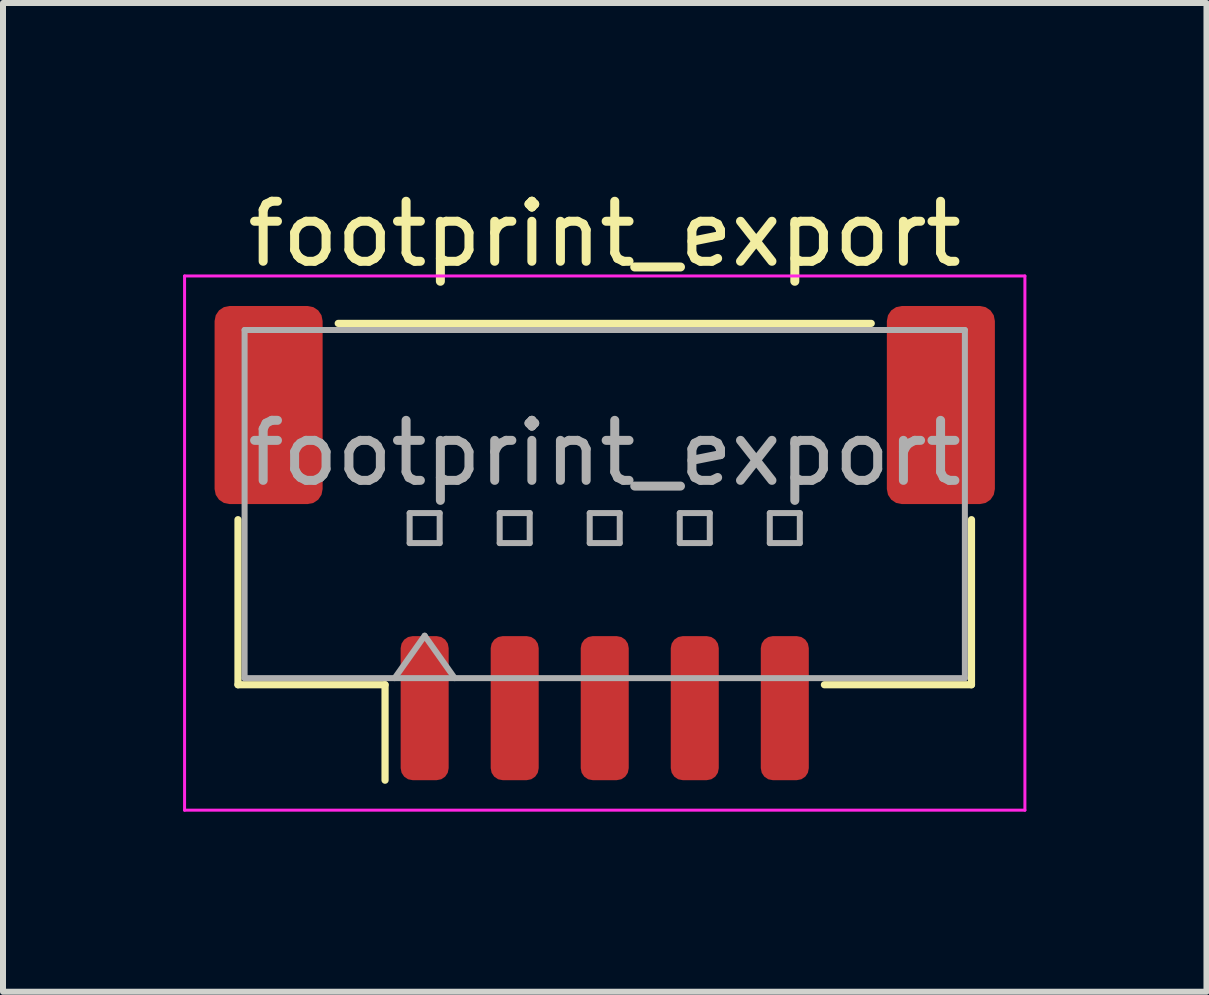
<source format=kicad_pcb>
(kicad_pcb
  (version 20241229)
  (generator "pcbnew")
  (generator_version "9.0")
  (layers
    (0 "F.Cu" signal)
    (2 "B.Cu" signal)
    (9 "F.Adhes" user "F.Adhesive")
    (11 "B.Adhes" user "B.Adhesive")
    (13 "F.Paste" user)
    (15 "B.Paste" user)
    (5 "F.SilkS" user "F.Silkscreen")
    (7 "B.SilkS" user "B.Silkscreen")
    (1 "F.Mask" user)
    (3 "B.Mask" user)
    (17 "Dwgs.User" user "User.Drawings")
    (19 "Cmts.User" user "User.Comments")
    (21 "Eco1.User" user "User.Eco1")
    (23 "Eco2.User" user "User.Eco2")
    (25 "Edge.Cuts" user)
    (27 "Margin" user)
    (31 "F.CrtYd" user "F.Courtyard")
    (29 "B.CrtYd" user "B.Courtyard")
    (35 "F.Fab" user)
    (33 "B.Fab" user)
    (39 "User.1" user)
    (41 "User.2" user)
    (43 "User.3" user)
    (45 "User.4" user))
  (footprint "footprint_export"
    (layer "F.Cu")
    (at 7.025 5.998)
    (property "Reference" "footprint_export" (at 0 -5.15 0) (layer "F.SilkS") (effects (font (size 1 1) (thickness 0.15))))
    (attr smd)
    (fp_line (start -6.11 -0.39) (end -6.11 2.36) (stroke (width 0.12) (type solid)) (layer "F.SilkS"))
    (fp_line (start -6.11 2.36) (end -3.66 2.36) (stroke (width 0.12) (type solid)) (layer "F.SilkS"))
    (fp_line (start -4.44 -3.66) (end 4.44 -3.66) (stroke (width 0.12) (type solid)) (layer "F.SilkS"))
    (fp_line (start -3.66 2.36) (end -3.66 3.95) (stroke (width 0.12) (type solid)) (layer "F.SilkS"))
    (fp_line (start 6.11 -0.39) (end 6.11 2.36) (stroke (width 0.12) (type solid)) (layer "F.SilkS"))
    (fp_line (start 6.11 2.36) (end 3.66 2.36) (stroke (width 0.12) (type solid)) (layer "F.SilkS"))
    (fp_line (start -7 -4.45) (end -7 4.45) (stroke (width 0.05) (type solid)) (layer "F.CrtYd"))
    (fp_line (start -7 4.45) (end 7 4.45) (stroke (width 0.05) (type solid)) (layer "F.CrtYd"))
    (fp_line (start 7 -4.45) (end -7 -4.45) (stroke (width 0.05) (type solid)) (layer "F.CrtYd"))
    (fp_line (start 7 4.45) (end 7 -4.45) (stroke (width 0.05) (type solid)) (layer "F.CrtYd"))
    (fp_line (start -6 -3.55) (end 6 -3.55) (stroke (width 0.1) (type solid)) (layer "F.Fab"))
    (fp_line (start -6 2.25) (end -6 -3.55) (stroke (width 0.1) (type solid)) (layer "F.Fab"))
    (fp_line (start -6 2.25) (end 6 2.25) (stroke (width 0.1) (type solid)) (layer "F.Fab"))
    (fp_line (start -3.5 2.25) (end -3 1.543) (stroke (width 0.1) (type solid)) (layer "F.Fab"))
    (fp_line (start -3.25 -0.5) (end -3.25 0) (stroke (width 0.1) (type solid)) (layer "F.Fab"))
    (fp_line (start -3.25 0) (end -2.75 0) (stroke (width 0.1) (type solid)) (layer "F.Fab"))
    (fp_line (start -3 1.543) (end -2.5 2.25) (stroke (width 0.1) (type solid)) (layer "F.Fab"))
    (fp_line (start -2.75 -0.5) (end -3.25 -0.5) (stroke (width 0.1) (type solid)) (layer "F.Fab"))
    (fp_line (start -2.75 0) (end -2.75 -0.5) (stroke (width 0.1) (type solid)) (layer "F.Fab"))
    (fp_line (start -1.75 -0.5) (end -1.75 0) (stroke (width 0.1) (type solid)) (layer "F.Fab"))
    (fp_line (start -1.75 0) (end -1.25 0) (stroke (width 0.1) (type solid)) (layer "F.Fab"))
    (fp_line (start -1.25 -0.5) (end -1.75 -0.5) (stroke (width 0.1) (type solid)) (layer "F.Fab"))
    (fp_line (start -1.25 0) (end -1.25 -0.5) (stroke (width 0.1) (type solid)) (layer "F.Fab"))
    (fp_line (start -0.25 -0.5) (end -0.25 0) (stroke (width 0.1) (type solid)) (layer "F.Fab"))
    (fp_line (start -0.25 0) (end 0.25 0) (stroke (width 0.1) (type solid)) (layer "F.Fab"))
    (fp_line (start 0.25 -0.5) (end -0.25 -0.5) (stroke (width 0.1) (type solid)) (layer "F.Fab"))
    (fp_line (start 0.25 0) (end 0.25 -0.5) (stroke (width 0.1) (type solid)) (layer "F.Fab"))
    (fp_line (start 1.25 -0.5) (end 1.25 0) (stroke (width 0.1) (type solid)) (layer "F.Fab"))
    (fp_line (start 1.25 0) (end 1.75 0) (stroke (width 0.1) (type solid)) (layer "F.Fab"))
    (fp_line (start 1.75 -0.5) (end 1.25 -0.5) (stroke (width 0.1) (type solid)) (layer "F.Fab"))
    (fp_line (start 1.75 0) (end 1.75 -0.5) (stroke (width 0.1) (type solid)) (layer "F.Fab"))
    (fp_line (start 2.75 -0.5) (end 2.75 0) (stroke (width 0.1) (type solid)) (layer "F.Fab"))
    (fp_line (start 2.75 0) (end 3.25 0) (stroke (width 0.1) (type solid)) (layer "F.Fab"))
    (fp_line (start 3.25 -0.5) (end 2.75 -0.5) (stroke (width 0.1) (type solid)) (layer "F.Fab"))
    (fp_line (start 3.25 0) (end 3.25 -0.5) (stroke (width 0.1) (type solid)) (layer "F.Fab"))
    (fp_line (start 6 2.25) (end 6 -3.55) (stroke (width 0.1) (type solid)) (layer "F.Fab"))
    (fp_text user "${REFERENCE}" (at 0 -1.5 0) (layer "F.Fab") (effects (font (size 1 1) (thickness 0.15))))
    (pad "1" smd roundrect (at -3 2.75) (size 0.8 2.4) (layers "F.Cu" "F.Mask" "F.Paste") (roundrect_rratio 0.25))
    (pad "2" smd roundrect (at -1.5 2.75) (size 0.8 2.4) (layers "F.Cu" "F.Mask" "F.Paste") (roundrect_rratio 0.25))
    (pad "3" smd roundrect (at 0 2.75) (size 0.8 2.4) (layers "F.Cu" "F.Mask" "F.Paste") (roundrect_rratio 0.25))
    (pad "4" smd roundrect (at 1.5 2.75) (size 0.8 2.4) (layers "F.Cu" "F.Mask" "F.Paste") (roundrect_rratio 0.25))
    (pad "5" smd roundrect (at 3 2.75) (size 0.8 2.4) (layers "F.Cu" "F.Mask" "F.Paste") (roundrect_rratio 0.25))
    (pad "MP" smd roundrect (at -5.6 -2.3) (size 1.8 3.3) (layers "F.Cu" "F.Mask" "F.Paste") (roundrect_rratio 0.139))
    (pad "MP" smd roundrect (at 5.6 -2.3) (size 1.8 3.3) (layers "F.Cu" "F.Mask" "F.Paste") (roundrect_rratio 0.139)))
  (gr_rect
    (start -3 -3)
    (end 17.05 13.473)
    (stroke (width 0.1) (type default))
    (fill no)
    (layer "Edge.Cuts")))
</source>
